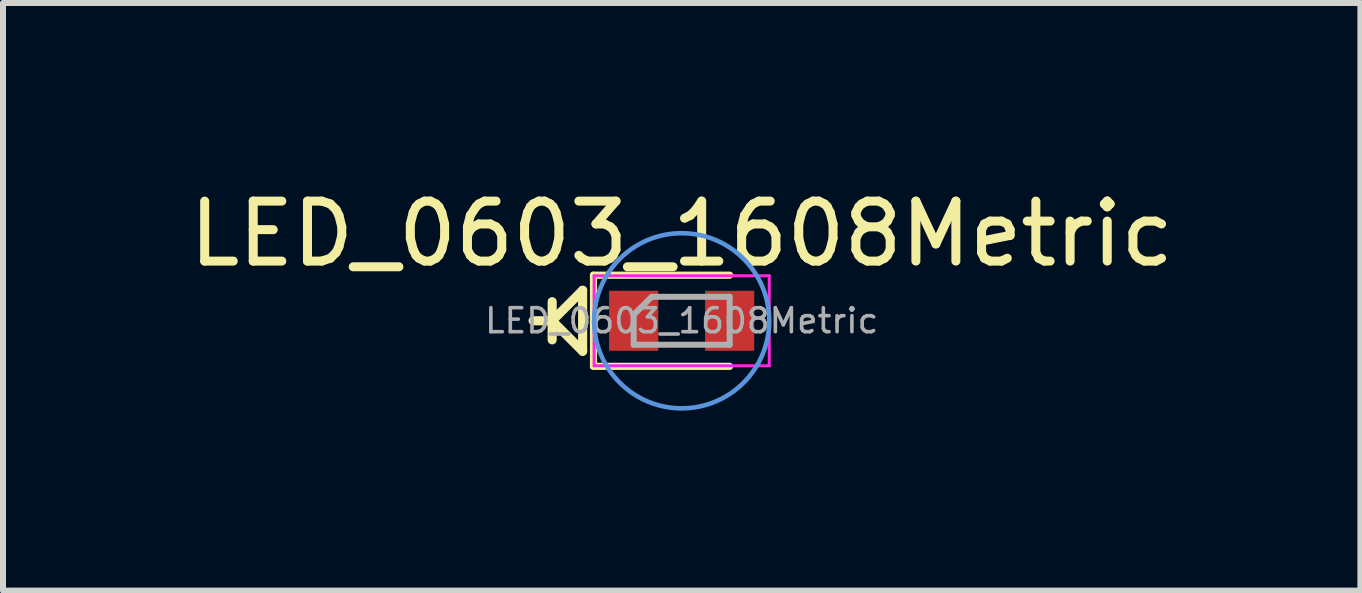
<source format=kicad_pcb>
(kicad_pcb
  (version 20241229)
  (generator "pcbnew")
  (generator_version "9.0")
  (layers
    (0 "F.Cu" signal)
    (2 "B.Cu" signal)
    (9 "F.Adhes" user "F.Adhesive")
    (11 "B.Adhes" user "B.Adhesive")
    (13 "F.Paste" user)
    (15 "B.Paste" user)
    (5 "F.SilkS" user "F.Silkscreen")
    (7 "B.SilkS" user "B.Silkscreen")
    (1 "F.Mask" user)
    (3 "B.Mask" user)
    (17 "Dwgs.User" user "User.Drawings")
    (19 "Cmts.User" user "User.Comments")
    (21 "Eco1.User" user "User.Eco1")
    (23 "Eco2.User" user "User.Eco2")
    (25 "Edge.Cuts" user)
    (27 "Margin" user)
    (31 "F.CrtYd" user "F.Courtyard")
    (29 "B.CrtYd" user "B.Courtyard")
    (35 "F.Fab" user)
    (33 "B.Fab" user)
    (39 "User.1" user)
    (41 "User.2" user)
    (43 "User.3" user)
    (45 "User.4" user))
  (footprint "LED_0603_1608Metric"
    (layer "F.Cu")
    (at 8.315 2.298)
    (property "Reference" "LED_0603_1608Metric" (at 0 -1.45 0) (layer "F.SilkS") (effects (font (size 1 1) (thickness 0.15))))
    (attr smd)
    (fp_line (start -2.223 0) (end -2.477 0) (stroke (width 0.152) (type solid)) (layer "F.SilkS"))
    (fp_line (start -2.159 -0.318) (end -2.159 0.318) (stroke (width 0.152) (type solid)) (layer "F.SilkS"))
    (fp_line (start -2.159 0) (end -1.651 0.508) (stroke (width 0.152) (type solid)) (layer "F.SilkS"))
    (fp_line (start -1.651 -0.508) (end -2.159 0) (stroke (width 0.152) (type solid)) (layer "F.SilkS"))
    (fp_line (start -1.651 -0.508) (end -1.651 0.508) (stroke (width 0.152) (type solid)) (layer "F.SilkS"))
    (fp_line (start -1.47 -0.76) (end -1.47 0.76) (stroke (width 0.12) (type solid)) (layer "F.SilkS"))
    (fp_line (start -1.47 0.76) (end 0.8 0.76) (stroke (width 0.12) (type solid)) (layer "F.SilkS"))
    (fp_line (start 0.8 -0.76) (end -1.47 -0.76) (stroke (width 0.12) (type solid)) (layer "F.SilkS"))
    (fp_circle (center 0 0) (end 1.46 0) (stroke (width 0.076) (type solid)) (fill no) (layer "Cmts.User"))
    (fp_line (start -1.46 -0.75) (end 1.46 -0.75) (stroke (width 0.05) (type solid)) (layer "F.CrtYd"))
    (fp_line (start -1.46 0.75) (end -1.46 -0.75) (stroke (width 0.05) (type solid)) (layer "F.CrtYd"))
    (fp_line (start 1.46 -0.75) (end 1.46 0.75) (stroke (width 0.05) (type solid)) (layer "F.CrtYd"))
    (fp_line (start 1.46 0.75) (end -1.46 0.75) (stroke (width 0.05) (type solid)) (layer "F.CrtYd"))
    (fp_line (start -0.8 -0.1) (end -0.8 0.4) (stroke (width 0.1) (type solid)) (layer "F.Fab"))
    (fp_line (start -0.8 0.4) (end 0.8 0.4) (stroke (width 0.1) (type solid)) (layer "F.Fab"))
    (fp_line (start -0.5 -0.4) (end -0.8 -0.1) (stroke (width 0.1) (type solid)) (layer "F.Fab"))
    (fp_line (start 0.8 -0.4) (end -0.5 -0.4) (stroke (width 0.1) (type solid)) (layer "F.Fab"))
    (fp_line (start 0.8 0.4) (end 0.8 -0.4) (stroke (width 0.1) (type solid)) (layer "F.Fab"))
    (fp_text user "${REFERENCE}" (at 0 0 0) (layer "F.Fab") (effects (font (size 0.4 0.4) (thickness 0.06))))
    (pad "1" smd rect (at -0.8 0) (size 0.82 1) (layers "F.Cu" "F.Mask" "F.Paste"))
    (pad "2" smd rect (at 0.8 0) (size 0.82 1) (layers "F.Cu" "F.Mask" "F.Paste")))
  (gr_rect
    (start -3 -3)
    (end 19.631 6.797)
    (stroke (width 0.1) (type default))
    (fill no)
    (layer "Edge.Cuts")))
</source>
